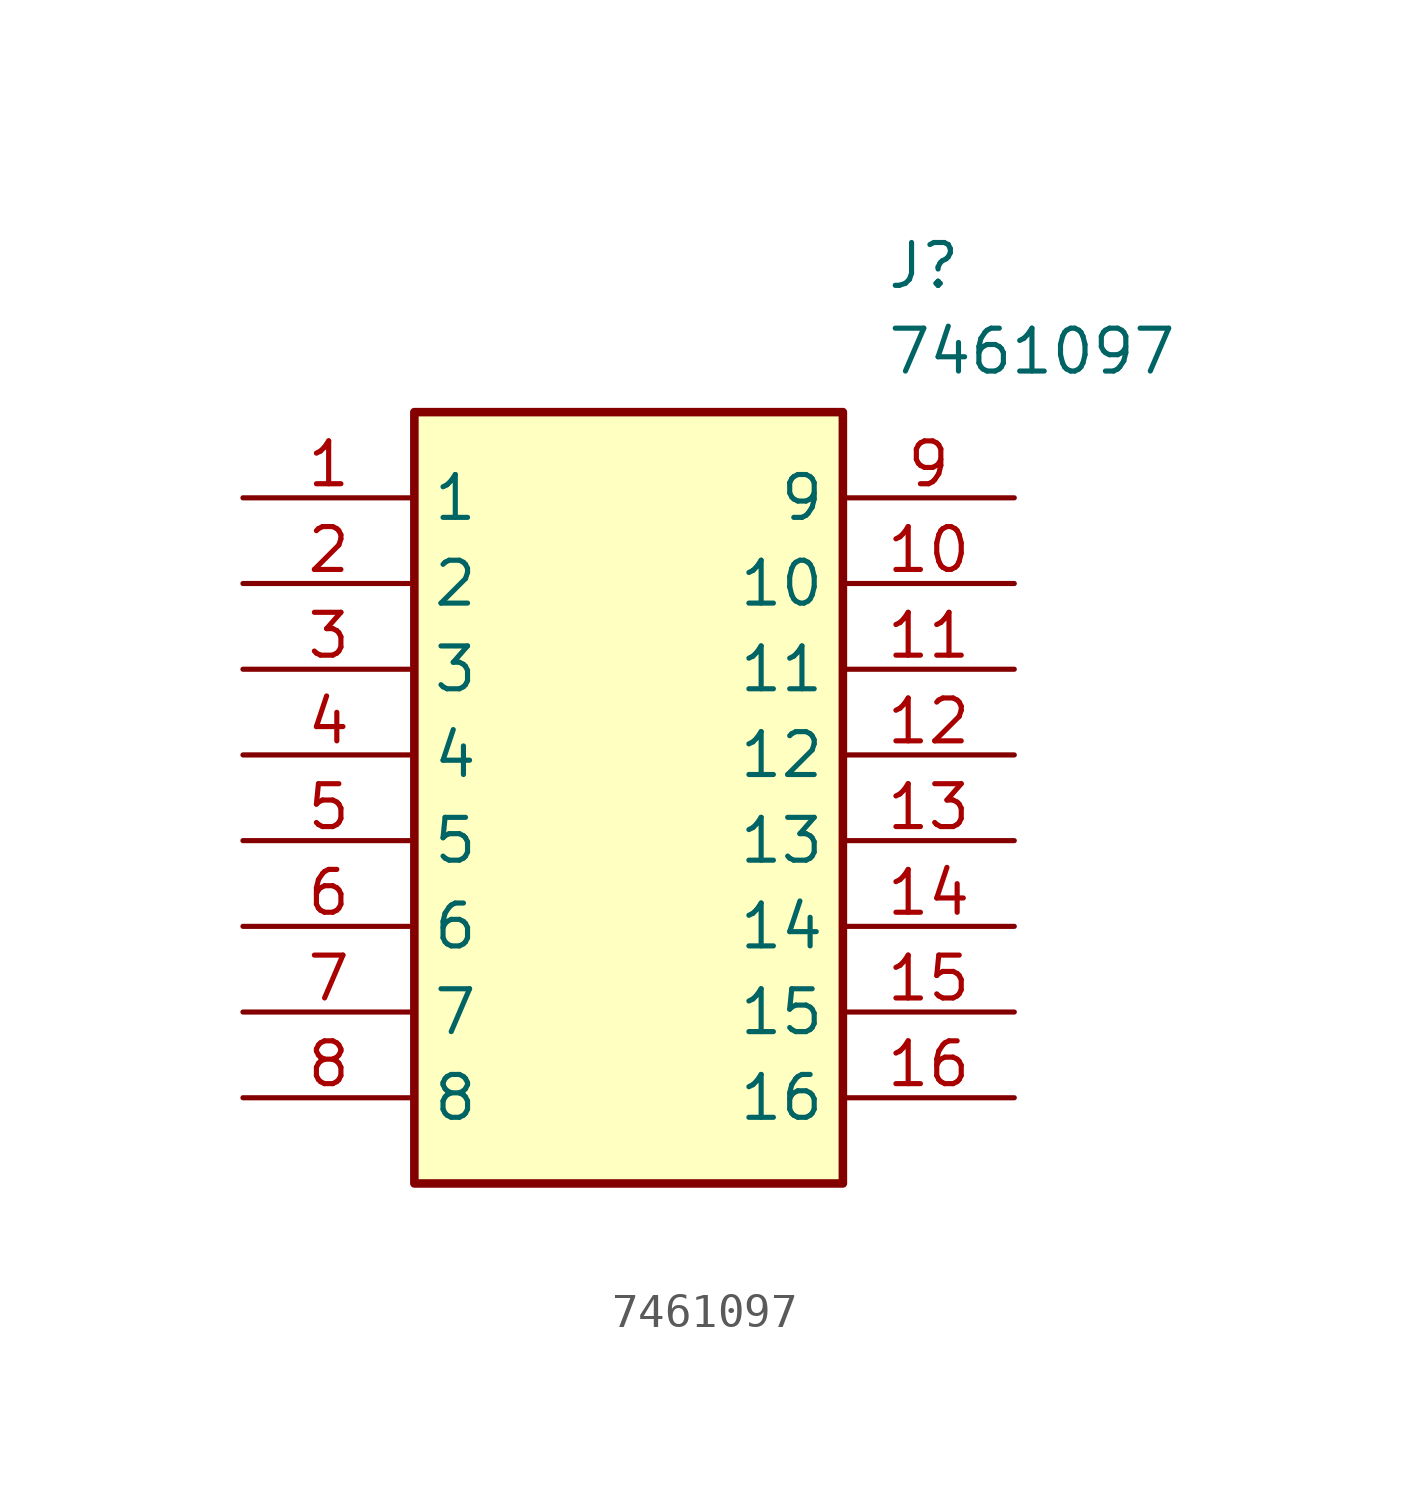
<source format=kicad_sym>
(kicad_symbol_lib
  (version 20211014)
  (generator SamacSys_ECAD_Model)
  (symbol "7461097"
    (property "Reference" "J"
      (at 19.05 7.62 0)
      (effects (font (size 1.27 1.27)) (justify left top)))
    (property "Value" "7461097"
      (at 19.05 5.08 0)
      (effects (font (size 1.27 1.27)) (justify left top)))
    (rectangle
      (start 5.08 2.54)
      (end 17.78 -20.32)
      (stroke (width 0.254) (type default))
      (fill (type background)))
    (pin passive line
      (at 0 0 0)
      (length 5.08)
      (name "1" (effects (font (size 1.27 1.27))))
      (number "1" (effects (font (size 1.27 1.27)))))
    (pin passive line
      (at 0 -2.54 0)
      (length 5.08)
      (name "2" (effects (font (size 1.27 1.27))))
      (number "2" (effects (font (size 1.27 1.27)))))
    (pin passive line
      (at 0 -5.08 0)
      (length 5.08)
      (name "3" (effects (font (size 1.27 1.27))))
      (number "3" (effects (font (size 1.27 1.27)))))
    (pin passive line
      (at 0 -7.62 0)
      (length 5.08)
      (name "4" (effects (font (size 1.27 1.27))))
      (number "4" (effects (font (size 1.27 1.27)))))
    (pin passive line
      (at 0 -10.16 0)
      (length 5.08)
      (name "5" (effects (font (size 1.27 1.27))))
      (number "5" (effects (font (size 1.27 1.27)))))
    (pin passive line
      (at 0 -12.7 0)
      (length 5.08)
      (name "6" (effects (font (size 1.27 1.27))))
      (number "6" (effects (font (size 1.27 1.27)))))
    (pin passive line
      (at 0 -15.24 0)
      (length 5.08)
      (name "7" (effects (font (size 1.27 1.27))))
      (number "7" (effects (font (size 1.27 1.27)))))
    (pin passive line
      (at 0 -17.78 0)
      (length 5.08)
      (name "8" (effects (font (size 1.27 1.27))))
      (number "8" (effects (font (size 1.27 1.27)))))
    (pin passive line
      (at 22.86 0 180)
      (length 5.08)
      (name "9" (effects (font (size 1.27 1.27))))
      (number "9" (effects (font (size 1.27 1.27)))))
    (pin passive line
      (at 22.86 -2.54 180)
      (length 5.08)
      (name "10" (effects (font (size 1.27 1.27))))
      (number "10" (effects (font (size 1.27 1.27)))))
    (pin passive line
      (at 22.86 -5.08 180)
      (length 5.08)
      (name "11" (effects (font (size 1.27 1.27))))
      (number "11" (effects (font (size 1.27 1.27)))))
    (pin passive line
      (at 22.86 -7.62 180)
      (length 5.08)
      (name "12" (effects (font (size 1.27 1.27))))
      (number "12" (effects (font (size 1.27 1.27)))))
    (pin passive line
      (at 22.86 -10.16 180)
      (length 5.08)
      (name "13" (effects (font (size 1.27 1.27))))
      (number "13" (effects (font (size 1.27 1.27)))))
    (pin passive line
      (at 22.86 -12.7 180)
      (length 5.08)
      (name "14" (effects (font (size 1.27 1.27))))
      (number "14" (effects (font (size 1.27 1.27)))))
    (pin passive line
      (at 22.86 -15.24 180)
      (length 5.08)
      (name "15" (effects (font (size 1.27 1.27))))
      (number "15" (effects (font (size 1.27 1.27)))))
    (pin passive line
      (at 22.86 -17.78 180)
      (length 5.08)
      (name "16" (effects (font (size 1.27 1.27))))
      (number "16" (effects (font (size 1.27 1.27)))))))
</source>
